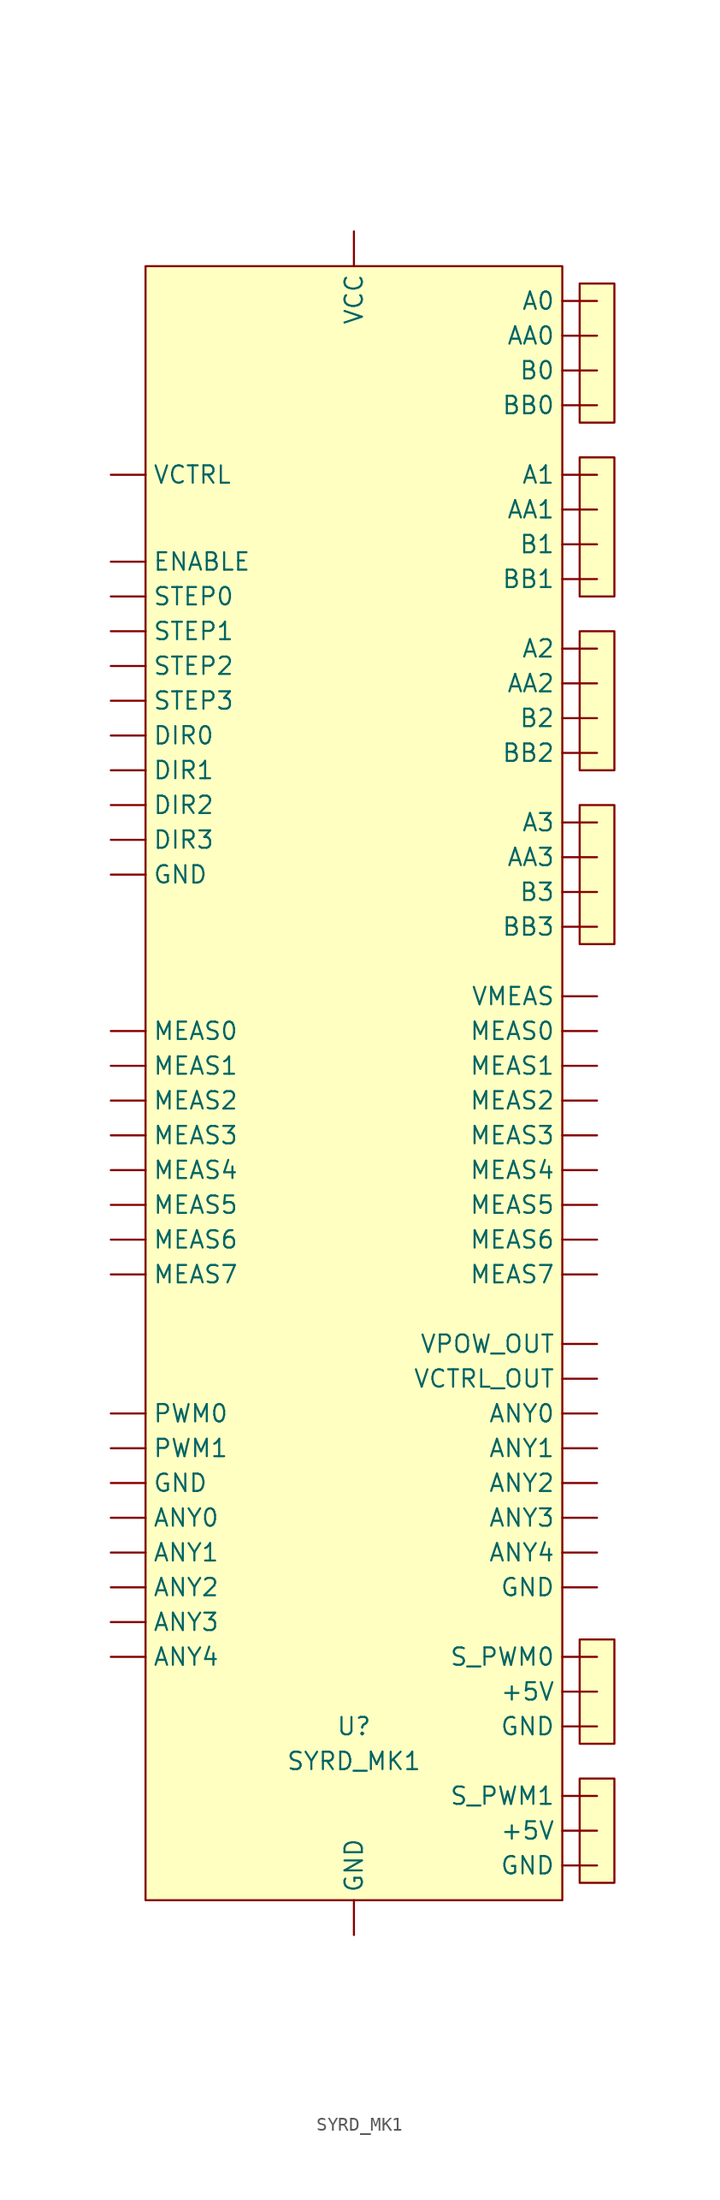
<source format=kicad_sym>
(kicad_symbol_lib
  (version 20211014)
  (generator kicad_symbol_editor)
  (symbol "SYRD_MK1"
    (property "Reference" "U"
      (at 0 -45.72 0)
      (effects (font (size 1.27 1.27))))
    (property "Value" "SYRD_MK1"
      (at 0 -48.26 0)
      (effects (font (size 1.27 1.27))))
    (symbol "SYRD_MK1_0_1"
      (rectangle (start -15.24 60.96) (end 15.24 -58.42) (stroke (width 0) (type default) (color 0 0 0 0)) (fill (type background)))
      (rectangle (start 16.51 -49.53) (end 19.05 -57.15) (stroke (width 0) (type default) (color 0 0 0 0)) (fill (type background)))
      (rectangle (start 16.51 -39.37) (end 19.05 -46.99) (stroke (width 0) (type default) (color 0 0 0 0)) (fill (type background)))
      (rectangle (start 16.51 21.59) (end 19.05 11.43) (stroke (width 0) (type default) (color 0 0 0 0)) (fill (type background)))
      (rectangle (start 16.51 34.29) (end 19.05 24.13) (stroke (width 0) (type default) (color 0 0 0 0)) (fill (type background)))
      (rectangle (start 16.51 46.99) (end 19.05 36.83) (stroke (width 0) (type default) (color 0 0 0 0)) (fill (type background)))
      (rectangle (start 16.51 59.69) (end 19.05 49.53) (stroke (width 0) (type default) (color 0 0 0 0)) (fill (type background))))
    (symbol "SYRD_MK1_1_1"
      (pin power_out line (at 17.78 -53.34 180) (length 2.54) (name "+5V" (effects (font (size 1.27 1.27)))) (number "" (effects (font (size 1.27 1.27)))))
      (pin power_out line (at 17.78 -43.18 180) (length 2.54) (name "+5V" (effects (font (size 1.27 1.27)))) (number "" (effects (font (size 1.27 1.27)))))
      (pin power_out line (at 17.78 58.42 180) (length 2.54) (name "A0" (effects (font (size 1.27 1.27)))) (number "" (effects (font (size 1.27 1.27)))))
      (pin power_out line (at 17.78 45.72 180) (length 2.54) (name "A1" (effects (font (size 1.27 1.27)))) (number "" (effects (font (size 1.27 1.27)))))
      (pin power_out line (at 17.78 33.02 180) (length 2.54) (name "A2" (effects (font (size 1.27 1.27)))) (number "" (effects (font (size 1.27 1.27)))))
      (pin power_out line (at 17.78 20.32 180) (length 2.54) (name "A3" (effects (font (size 1.27 1.27)))) (number "" (effects (font (size 1.27 1.27)))))
      (pin power_out line (at 17.78 55.88 180) (length 2.54) (name "AA0" (effects (font (size 1.27 1.27)))) (number "" (effects (font (size 1.27 1.27)))))
      (pin power_out line (at 17.78 43.18 180) (length 2.54) (name "AA1" (effects (font (size 1.27 1.27)))) (number "" (effects (font (size 1.27 1.27)))))
      (pin power_out line (at 17.78 30.48 180) (length 2.54) (name "AA2" (effects (font (size 1.27 1.27)))) (number "" (effects (font (size 1.27 1.27)))))
      (pin power_out line (at 17.78 17.78 180) (length 2.54) (name "AA3" (effects (font (size 1.27 1.27)))) (number "" (effects (font (size 1.27 1.27)))))
      (pin bidirectional line (at -17.78 -30.48 0) (length 2.54) (name "ANY0" (effects (font (size 1.27 1.27)))) (number "" (effects (font (size 1.27 1.27)))))
      (pin bidirectional line (at 17.78 -22.86 180) (length 2.54) (name "ANY0" (effects (font (size 1.27 1.27)))) (number "" (effects (font (size 1.27 1.27)))))
      (pin bidirectional line (at -17.78 -33.02 0) (length 2.54) (name "ANY1" (effects (font (size 1.27 1.27)))) (number "" (effects (font (size 1.27 1.27)))))
      (pin bidirectional line (at 17.78 -25.4 180) (length 2.54) (name "ANY1" (effects (font (size 1.27 1.27)))) (number "" (effects (font (size 1.27 1.27)))))
      (pin bidirectional line (at -17.78 -35.56 0) (length 2.54) (name "ANY2" (effects (font (size 1.27 1.27)))) (number "" (effects (font (size 1.27 1.27)))))
      (pin bidirectional line (at 17.78 -27.94 180) (length 2.54) (name "ANY2" (effects (font (size 1.27 1.27)))) (number "" (effects (font (size 1.27 1.27)))))
      (pin bidirectional line (at -17.78 -38.1 0) (length 2.54) (name "ANY3" (effects (font (size 1.27 1.27)))) (number "" (effects (font (size 1.27 1.27)))))
      (pin bidirectional line (at 17.78 -30.48 180) (length 2.54) (name "ANY3" (effects (font (size 1.27 1.27)))) (number "" (effects (font (size 1.27 1.27)))))
      (pin bidirectional line (at -17.78 -40.64 0) (length 2.54) (name "ANY4" (effects (font (size 1.27 1.27)))) (number "" (effects (font (size 1.27 1.27)))))
      (pin bidirectional line (at 17.78 -33.02 180) (length 2.54) (name "ANY4" (effects (font (size 1.27 1.27)))) (number "" (effects (font (size 1.27 1.27)))))
      (pin power_out line (at 17.78 53.34 180) (length 2.54) (name "B0" (effects (font (size 1.27 1.27)))) (number "" (effects (font (size 1.27 1.27)))))
      (pin power_out line (at 17.78 40.64 180) (length 2.54) (name "B1" (effects (font (size 1.27 1.27)))) (number "" (effects (font (size 1.27 1.27)))))
      (pin power_out line (at 17.78 27.94 180) (length 2.54) (name "B2" (effects (font (size 1.27 1.27)))) (number "" (effects (font (size 1.27 1.27)))))
      (pin power_out line (at 17.78 15.24 180) (length 2.54) (name "B3" (effects (font (size 1.27 1.27)))) (number "" (effects (font (size 1.27 1.27)))))
      (pin power_out line (at 17.78 50.8 180) (length 2.54) (name "BB0" (effects (font (size 1.27 1.27)))) (number "" (effects (font (size 1.27 1.27)))))
      (pin power_out line (at 17.78 38.1 180) (length 2.54) (name "BB1" (effects (font (size 1.27 1.27)))) (number "" (effects (font (size 1.27 1.27)))))
      (pin power_out line (at 17.78 25.4 180) (length 2.54) (name "BB2" (effects (font (size 1.27 1.27)))) (number "" (effects (font (size 1.27 1.27)))))
      (pin power_out line (at 17.78 12.7 180) (length 2.54) (name "BB3" (effects (font (size 1.27 1.27)))) (number "" (effects (font (size 1.27 1.27)))))
      (pin input line (at -17.78 26.67 0) (length 2.54) (name "DIR0" (effects (font (size 1.27 1.27)))) (number "" (effects (font (size 1.27 1.27)))))
      (pin input line (at -17.78 24.13 0) (length 2.54) (name "DIR1" (effects (font (size 1.27 1.27)))) (number "" (effects (font (size 1.27 1.27)))))
      (pin input line (at -17.78 21.59 0) (length 2.54) (name "DIR2" (effects (font (size 1.27 1.27)))) (number "" (effects (font (size 1.27 1.27)))))
      (pin input line (at -17.78 19.05 0) (length 2.54) (name "DIR3" (effects (font (size 1.27 1.27)))) (number "" (effects (font (size 1.27 1.27)))))
      (pin input line (at -17.78 39.37 0) (length 2.54) (name "ENABLE" (effects (font (size 1.27 1.27)))) (number "" (effects (font (size 1.27 1.27)))))
      (pin input line (at -17.78 -27.94 0) (length 2.54) (name "GND" (effects (font (size 1.27 1.27)))) (number "" (effects (font (size 1.27 1.27)))))
      (pin input line (at -17.78 16.51 0) (length 2.54) (name "GND" (effects (font (size 1.27 1.27)))) (number "" (effects (font (size 1.27 1.27)))))
      (pin power_in line (at 0 -60.96 90) (length 2.54) (name "GND" (effects (font (size 1.27 1.27)))) (number "" (effects (font (size 1.27 1.27)))))
      (pin power_out line (at 17.78 -55.88 180) (length 2.54) (name "GND" (effects (font (size 1.27 1.27)))) (number "" (effects (font (size 1.27 1.27)))))
      (pin power_out line (at 17.78 -45.72 180) (length 2.54) (name "GND" (effects (font (size 1.27 1.27)))) (number "" (effects (font (size 1.27 1.27)))))
      (pin power_out line (at 17.78 -35.56 180) (length 2.54) (name "GND" (effects (font (size 1.27 1.27)))) (number "" (effects (font (size 1.27 1.27)))))
      (pin output line (at -17.78 5.08 0) (length 2.54) (name "MEAS0" (effects (font (size 1.27 1.27)))) (number "" (effects (font (size 1.27 1.27)))))
      (pin input line (at 17.78 5.08 180) (length 2.54) (name "MEAS0" (effects (font (size 1.27 1.27)))) (number "" (effects (font (size 1.27 1.27)))))
      (pin output line (at -17.78 2.54 0) (length 2.54) (name "MEAS1" (effects (font (size 1.27 1.27)))) (number "" (effects (font (size 1.27 1.27)))))
      (pin input line (at 17.78 2.54 180) (length 2.54) (name "MEAS1" (effects (font (size 1.27 1.27)))) (number "" (effects (font (size 1.27 1.27)))))
      (pin output line (at -17.78 0 0) (length 2.54) (name "MEAS2" (effects (font (size 1.27 1.27)))) (number "" (effects (font (size 1.27 1.27)))))
      (pin input line (at 17.78 0 180) (length 2.54) (name "MEAS2" (effects (font (size 1.27 1.27)))) (number "" (effects (font (size 1.27 1.27)))))
      (pin output line (at -17.78 -2.54 0) (length 2.54) (name "MEAS3" (effects (font (size 1.27 1.27)))) (number "" (effects (font (size 1.27 1.27)))))
      (pin input line (at 17.78 -2.54 180) (length 2.54) (name "MEAS3" (effects (font (size 1.27 1.27)))) (number "" (effects (font (size 1.27 1.27)))))
      (pin output line (at -17.78 -5.08 0) (length 2.54) (name "MEAS4" (effects (font (size 1.27 1.27)))) (number "" (effects (font (size 1.27 1.27)))))
      (pin input line (at 17.78 -5.08 180) (length 2.54) (name "MEAS4" (effects (font (size 1.27 1.27)))) (number "" (effects (font (size 1.27 1.27)))))
      (pin output line (at -17.78 -7.62 0) (length 2.54) (name "MEAS5" (effects (font (size 1.27 1.27)))) (number "" (effects (font (size 1.27 1.27)))))
      (pin input line (at 17.78 -7.62 180) (length 2.54) (name "MEAS5" (effects (font (size 1.27 1.27)))) (number "" (effects (font (size 1.27 1.27)))))
      (pin output line (at -17.78 -10.16 0) (length 2.54) (name "MEAS6" (effects (font (size 1.27 1.27)))) (number "" (effects (font (size 1.27 1.27)))))
      (pin input line (at 17.78 -10.16 180) (length 2.54) (name "MEAS6" (effects (font (size 1.27 1.27)))) (number "" (effects (font (size 1.27 1.27)))))
      (pin output line (at -17.78 -12.7 0) (length 2.54) (name "MEAS7" (effects (font (size 1.27 1.27)))) (number "" (effects (font (size 1.27 1.27)))))
      (pin input line (at 17.78 -12.7 180) (length 2.54) (name "MEAS7" (effects (font (size 1.27 1.27)))) (number "" (effects (font (size 1.27 1.27)))))
      (pin input line (at -17.78 -22.86 0) (length 2.54) (name "PWM0" (effects (font (size 1.27 1.27)))) (number "" (effects (font (size 1.27 1.27)))))
      (pin input line (at -17.78 -25.4 0) (length 2.54) (name "PWM1" (effects (font (size 1.27 1.27)))) (number "" (effects (font (size 1.27 1.27)))))
      (pin input line (at -17.78 36.83 0) (length 2.54) (name "STEP0" (effects (font (size 1.27 1.27)))) (number "" (effects (font (size 1.27 1.27)))))
      (pin input line (at -17.78 34.29 0) (length 2.54) (name "STEP1" (effects (font (size 1.27 1.27)))) (number "" (effects (font (size 1.27 1.27)))))
      (pin input line (at -17.78 31.75 0) (length 2.54) (name "STEP2" (effects (font (size 1.27 1.27)))) (number "" (effects (font (size 1.27 1.27)))))
      (pin input line (at -17.78 29.21 0) (length 2.54) (name "STEP3" (effects (font (size 1.27 1.27)))) (number "" (effects (font (size 1.27 1.27)))))
      (pin output line (at 17.78 -40.64 180) (length 2.54) (name "S_PWM0" (effects (font (size 1.27 1.27)))) (number "" (effects (font (size 1.27 1.27)))))
      (pin output line (at 17.78 -50.8 180) (length 2.54) (name "S_PWM1" (effects (font (size 1.27 1.27)))) (number "" (effects (font (size 1.27 1.27)))))
      (pin power_in line (at 0 63.5 270) (length 2.54) (name "VCC" (effects (font (size 1.27 1.27)))) (number "" (effects (font (size 1.27 1.27)))))
      (pin power_in line (at -17.78 45.72 0) (length 2.54) (name "VCTRL" (effects (font (size 1.27 1.27)))) (number "" (effects (font (size 1.27 1.27)))))
      (pin power_out line (at 17.78 -20.32 180) (length 2.54) (name "VCTRL_OUT" (effects (font (size 1.27 1.27)))) (number "" (effects (font (size 1.27 1.27)))))
      (pin power_out line (at 17.78 7.62 180) (length 2.54) (name "VMEAS" (effects (font (size 1.27 1.27)))) (number "" (effects (font (size 1.27 1.27)))))
      (pin power_out line (at 17.78 -17.78 180) (length 2.54) (name "VPOW_OUT" (effects (font (size 1.27 1.27)))) (number "" (effects (font (size 1.27 1.27))))))))
</source>
